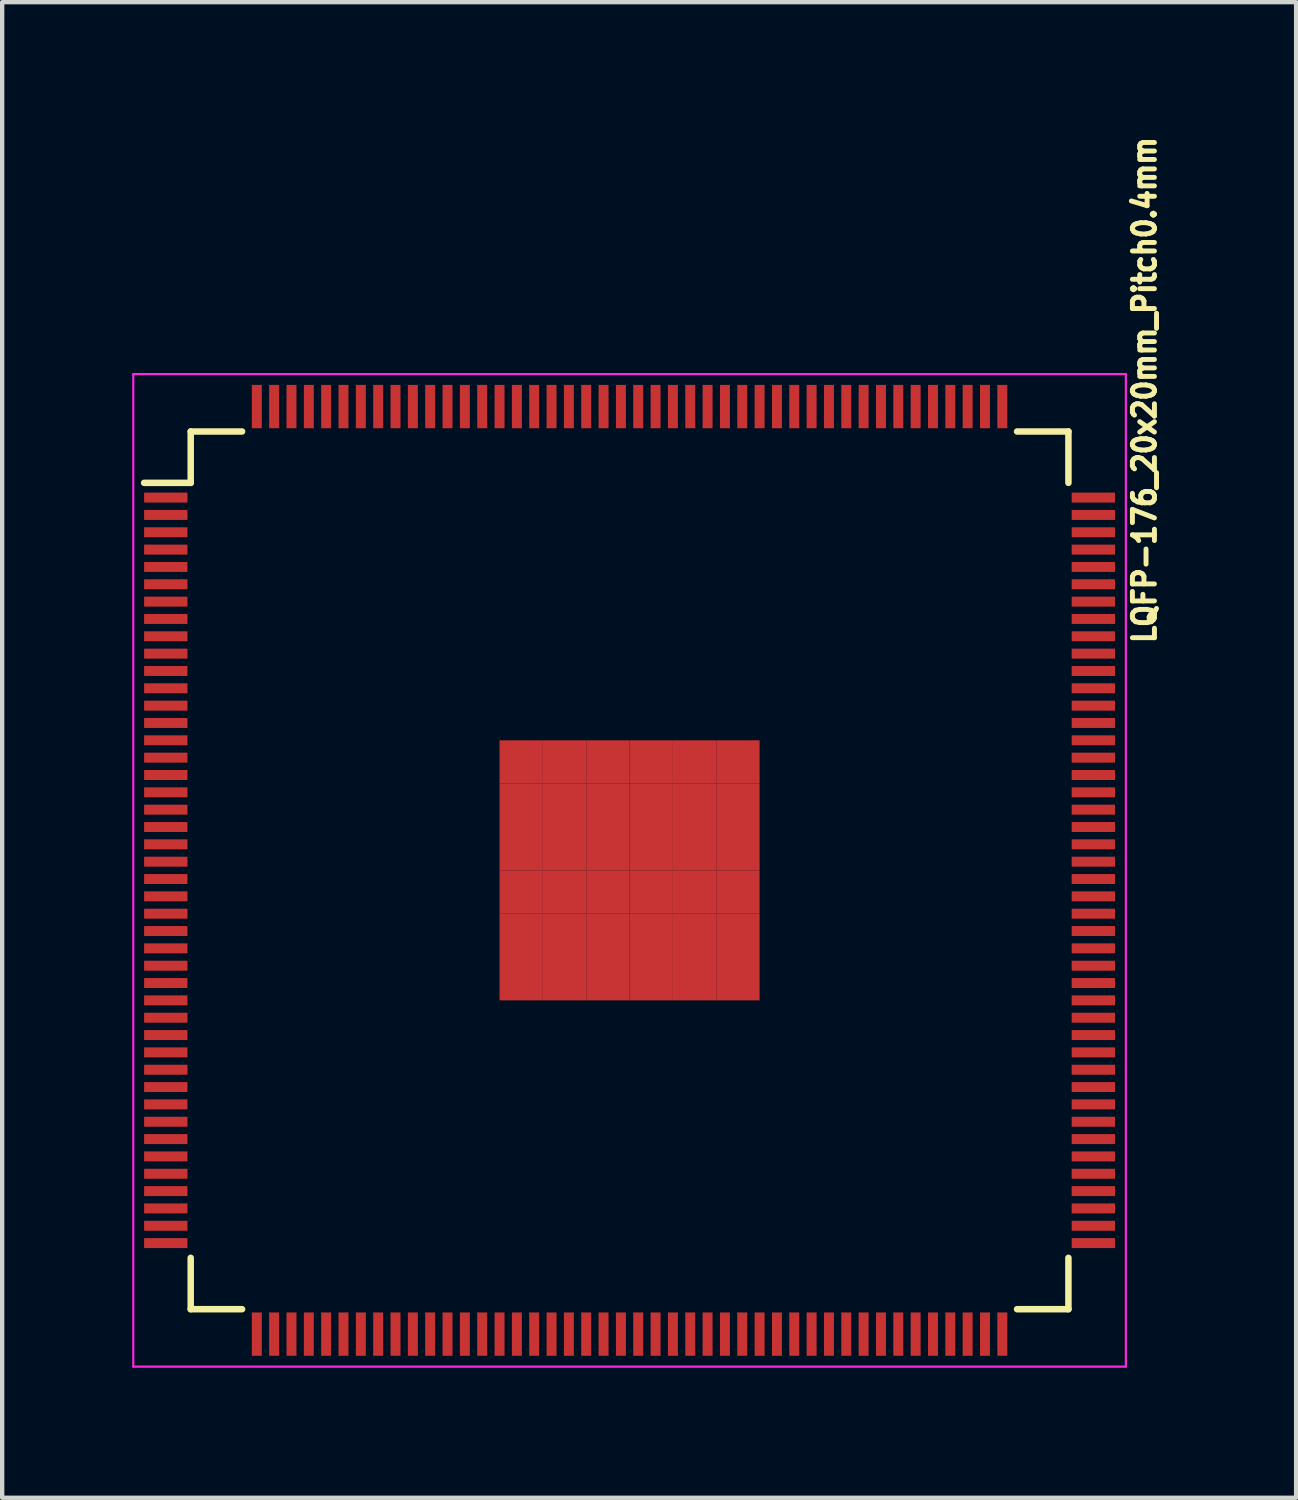
<source format=kicad_pcb>
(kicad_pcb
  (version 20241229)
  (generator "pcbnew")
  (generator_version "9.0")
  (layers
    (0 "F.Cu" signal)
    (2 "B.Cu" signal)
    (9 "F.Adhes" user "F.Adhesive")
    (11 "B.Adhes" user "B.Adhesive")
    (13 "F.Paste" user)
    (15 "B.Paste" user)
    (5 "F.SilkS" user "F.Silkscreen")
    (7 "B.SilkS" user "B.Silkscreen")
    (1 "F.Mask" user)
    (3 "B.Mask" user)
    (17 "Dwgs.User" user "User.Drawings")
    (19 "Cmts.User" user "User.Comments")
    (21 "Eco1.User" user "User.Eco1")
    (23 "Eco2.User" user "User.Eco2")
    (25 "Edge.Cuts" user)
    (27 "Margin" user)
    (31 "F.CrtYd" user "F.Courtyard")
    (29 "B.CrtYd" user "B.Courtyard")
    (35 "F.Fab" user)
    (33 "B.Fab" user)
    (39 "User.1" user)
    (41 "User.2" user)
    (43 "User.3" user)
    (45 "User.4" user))
  (footprint "LQFP-176_20x20mm_Pitch0.4mm"
    (placed yes)
    (layer "F.Cu")
    (at 11.475 17.03)
    (property "Reference" "LQFP-176_20x20mm_Pitch0.4mm" (at 11.88 -11.08 90) (layer "F.SilkS") (effects (font (size 0.508 0.457) (thickness 0.114))))
    (attr smd)
    (fp_line (start -10.125 -10.125) (end -10.125 -8.94) (stroke (width 0.15) (type solid)) (layer "F.SilkS"))
    (fp_line (start -10.125 -10.125) (end -8.94 -10.125) (stroke (width 0.15) (type solid)) (layer "F.SilkS"))
    (fp_line (start -10.125 -8.94) (end -11.2 -8.94) (stroke (width 0.15) (type solid)) (layer "F.SilkS"))
    (fp_line (start -10.125 10.125) (end -10.125 8.94) (stroke (width 0.15) (type solid)) (layer "F.SilkS"))
    (fp_line (start -10.125 10.125) (end -8.94 10.125) (stroke (width 0.15) (type solid)) (layer "F.SilkS"))
    (fp_line (start 10.125 -10.125) (end 8.94 -10.125) (stroke (width 0.15) (type solid)) (layer "F.SilkS"))
    (fp_line (start 10.125 -10.125) (end 10.125 -8.94) (stroke (width 0.15) (type solid)) (layer "F.SilkS"))
    (fp_line (start 10.125 10.125) (end 8.94 10.125) (stroke (width 0.15) (type solid)) (layer "F.SilkS"))
    (fp_line (start 10.125 10.125) (end 10.125 8.94) (stroke (width 0.15) (type solid)) (layer "F.SilkS"))
    (fp_line (start -11.45 -11.45) (end -11.45 11.45) (stroke (width 0.05) (type solid)) (layer "F.CrtYd"))
    (fp_line (start -11.45 -11.45) (end 11.45 -11.45) (stroke (width 0.05) (type solid)) (layer "F.CrtYd"))
    (fp_line (start -11.45 11.45) (end 11.45 11.45) (stroke (width 0.05) (type solid)) (layer "F.CrtYd"))
    (fp_line (start 11.45 -11.45) (end 11.45 11.45) (stroke (width 0.05) (type solid)) (layer "F.CrtYd"))
    (pad "1" smd rect (at -10.7 -8.6) (size 1 0.23) (layers "F.Cu" "F.Mask" "F.Paste"))
    (pad "2" smd rect (at -10.7 -8.2) (size 1 0.23) (layers "F.Cu" "F.Mask" "F.Paste"))
    (pad "3" smd rect (at -10.7 -7.8) (size 1 0.23) (layers "F.Cu" "F.Mask" "F.Paste"))
    (pad "4" smd rect (at -10.7 -7.4) (size 1 0.23) (layers "F.Cu" "F.Mask" "F.Paste"))
    (pad "5" smd rect (at -10.7 -7) (size 1 0.23) (layers "F.Cu" "F.Mask" "F.Paste"))
    (pad "6" smd rect (at -10.7 -6.6) (size 1 0.23) (layers "F.Cu" "F.Mask" "F.Paste"))
    (pad "7" smd rect (at -10.7 -6.2) (size 1 0.23) (layers "F.Cu" "F.Mask" "F.Paste"))
    (pad "8" smd rect (at -10.7 -5.8) (size 1 0.23) (layers "F.Cu" "F.Mask" "F.Paste"))
    (pad "9" smd rect (at -10.7 -5.4) (size 1 0.23) (layers "F.Cu" "F.Mask" "F.Paste"))
    (pad "10" smd rect (at -10.7 -5) (size 1 0.23) (layers "F.Cu" "F.Mask" "F.Paste"))
    (pad "11" smd rect (at -10.7 -4.6) (size 1 0.23) (layers "F.Cu" "F.Mask" "F.Paste"))
    (pad "12" smd rect (at -10.7 -4.2) (size 1 0.23) (layers "F.Cu" "F.Mask" "F.Paste"))
    (pad "13" smd rect (at -10.7 -3.8) (size 1 0.23) (layers "F.Cu" "F.Mask" "F.Paste"))
    (pad "14" smd rect (at -10.7 -3.4) (size 1 0.23) (layers "F.Cu" "F.Mask" "F.Paste"))
    (pad "15" smd rect (at -10.7 -3) (size 1 0.23) (layers "F.Cu" "F.Mask" "F.Paste"))
    (pad "16" smd rect (at -10.7 -2.6) (size 1 0.23) (layers "F.Cu" "F.Mask" "F.Paste"))
    (pad "17" smd rect (at -10.7 -2.2) (size 1 0.23) (layers "F.Cu" "F.Mask" "F.Paste"))
    (pad "18" smd rect (at -10.7 -1.8) (size 1 0.23) (layers "F.Cu" "F.Mask" "F.Paste"))
    (pad "19" smd rect (at -10.7 -1.4) (size 1 0.23) (layers "F.Cu" "F.Mask" "F.Paste"))
    (pad "20" smd rect (at -10.7 -1) (size 1 0.23) (layers "F.Cu" "F.Mask" "F.Paste"))
    (pad "21" smd rect (at -10.7 -0.6) (size 1 0.23) (layers "F.Cu" "F.Mask" "F.Paste"))
    (pad "22" smd rect (at -10.7 -0.2) (size 1 0.23) (layers "F.Cu" "F.Mask" "F.Paste"))
    (pad "23" smd rect (at -10.7 0.2) (size 1 0.23) (layers "F.Cu" "F.Mask" "F.Paste"))
    (pad "24" smd rect (at -10.7 0.6) (size 1 0.23) (layers "F.Cu" "F.Mask" "F.Paste"))
    (pad "25" smd rect (at -10.7 1) (size 1 0.23) (layers "F.Cu" "F.Mask" "F.Paste"))
    (pad "26" smd rect (at -10.7 1.4) (size 1 0.23) (layers "F.Cu" "F.Mask" "F.Paste"))
    (pad "27" smd rect (at -10.7 1.8) (size 1 0.23) (layers "F.Cu" "F.Mask" "F.Paste"))
    (pad "28" smd rect (at -10.7 2.2) (size 1 0.23) (layers "F.Cu" "F.Mask" "F.Paste"))
    (pad "29" smd rect (at -10.7 2.6) (size 1 0.23) (layers "F.Cu" "F.Mask" "F.Paste"))
    (pad "30" smd rect (at -10.7 3) (size 1 0.23) (layers "F.Cu" "F.Mask" "F.Paste"))
    (pad "31" smd rect (at -10.7 3.4) (size 1 0.23) (layers "F.Cu" "F.Mask" "F.Paste"))
    (pad "32" smd rect (at -10.7 3.8) (size 1 0.23) (layers "F.Cu" "F.Mask" "F.Paste"))
    (pad "33" smd rect (at -10.7 4.2) (size 1 0.23) (layers "F.Cu" "F.Mask" "F.Paste"))
    (pad "34" smd rect (at -10.7 4.6) (size 1 0.23) (layers "F.Cu" "F.Mask" "F.Paste"))
    (pad "35" smd rect (at -10.7 5) (size 1 0.23) (layers "F.Cu" "F.Mask" "F.Paste"))
    (pad "36" smd rect (at -10.7 5.4) (size 1 0.23) (layers "F.Cu" "F.Mask" "F.Paste"))
    (pad "37" smd rect (at -10.7 5.8) (size 1 0.23) (layers "F.Cu" "F.Mask" "F.Paste"))
    (pad "38" smd rect (at -10.7 6.2) (size 1 0.23) (layers "F.Cu" "F.Mask" "F.Paste"))
    (pad "39" smd rect (at -10.7 6.6) (size 1 0.23) (layers "F.Cu" "F.Mask" "F.Paste"))
    (pad "40" smd rect (at -10.7 7) (size 1 0.23) (layers "F.Cu" "F.Mask" "F.Paste"))
    (pad "41" smd rect (at -10.7 7.4) (size 1 0.23) (layers "F.Cu" "F.Mask" "F.Paste"))
    (pad "42" smd rect (at -10.7 7.8) (size 1 0.23) (layers "F.Cu" "F.Mask" "F.Paste"))
    (pad "43" smd rect (at -10.7 8.2) (size 1 0.23) (layers "F.Cu" "F.Mask" "F.Paste"))
    (pad "44" smd rect (at -10.7 8.6) (size 1 0.23) (layers "F.Cu" "F.Mask" "F.Paste"))
    (pad "45" smd rect (at -8.6 10.7 90) (size 1 0.23) (layers "F.Cu" "F.Mask" "F.Paste"))
    (pad "46" smd rect (at -8.2 10.7 90) (size 1 0.23) (layers "F.Cu" "F.Mask" "F.Paste"))
    (pad "47" smd rect (at -7.8 10.7 90) (size 1 0.23) (layers "F.Cu" "F.Mask" "F.Paste"))
    (pad "48" smd rect (at -7.4 10.7 90) (size 1 0.23) (layers "F.Cu" "F.Mask" "F.Paste"))
    (pad "49" smd rect (at -7 10.7 90) (size 1 0.23) (layers "F.Cu" "F.Mask" "F.Paste"))
    (pad "50" smd rect (at -6.6 10.7 90) (size 1 0.23) (layers "F.Cu" "F.Mask" "F.Paste"))
    (pad "51" smd rect (at -6.2 10.7 90) (size 1 0.23) (layers "F.Cu" "F.Mask" "F.Paste"))
    (pad "52" smd rect (at -5.8 10.7 90) (size 1 0.23) (layers "F.Cu" "F.Mask" "F.Paste"))
    (pad "53" smd rect (at -5.4 10.7 90) (size 1 0.23) (layers "F.Cu" "F.Mask" "F.Paste"))
    (pad "54" smd rect (at -5 10.7 90) (size 1 0.23) (layers "F.Cu" "F.Mask" "F.Paste"))
    (pad "55" smd rect (at -4.6 10.7 90) (size 1 0.23) (layers "F.Cu" "F.Mask" "F.Paste"))
    (pad "56" smd rect (at -4.2 10.7 90) (size 1 0.23) (layers "F.Cu" "F.Mask" "F.Paste"))
    (pad "57" smd rect (at -3.8 10.7 90) (size 1 0.23) (layers "F.Cu" "F.Mask" "F.Paste"))
    (pad "58" smd rect (at -3.4 10.7 90) (size 1 0.23) (layers "F.Cu" "F.Mask" "F.Paste"))
    (pad "59" smd rect (at -3 10.7 90) (size 1 0.23) (layers "F.Cu" "F.Mask" "F.Paste"))
    (pad "60" smd rect (at -2.6 10.7 90) (size 1 0.23) (layers "F.Cu" "F.Mask" "F.Paste"))
    (pad "61" smd rect (at -2.2 10.7 90) (size 1 0.23) (layers "F.Cu" "F.Mask" "F.Paste"))
    (pad "62" smd rect (at -1.8 10.7 90) (size 1 0.23) (layers "F.Cu" "F.Mask" "F.Paste"))
    (pad "63" smd rect (at -1.4 10.7 90) (size 1 0.23) (layers "F.Cu" "F.Mask" "F.Paste"))
    (pad "64" smd rect (at -1 10.7 90) (size 1 0.23) (layers "F.Cu" "F.Mask" "F.Paste"))
    (pad "65" smd rect (at -0.6 10.7 90) (size 1 0.23) (layers "F.Cu" "F.Mask" "F.Paste"))
    (pad "66" smd rect (at -0.2 10.7 90) (size 1 0.23) (layers "F.Cu" "F.Mask" "F.Paste"))
    (pad "67" smd rect (at 0.2 10.7 90) (size 1 0.23) (layers "F.Cu" "F.Mask" "F.Paste"))
    (pad "68" smd rect (at 0.6 10.7 90) (size 1 0.23) (layers "F.Cu" "F.Mask" "F.Paste"))
    (pad "69" smd rect (at 1 10.7 90) (size 1 0.23) (layers "F.Cu" "F.Mask" "F.Paste"))
    (pad "70" smd rect (at 1.4 10.7 90) (size 1 0.23) (layers "F.Cu" "F.Mask" "F.Paste"))
    (pad "71" smd rect (at 1.8 10.7 90) (size 1 0.23) (layers "F.Cu" "F.Mask" "F.Paste"))
    (pad "72" smd rect (at 2.2 10.7 90) (size 1 0.23) (layers "F.Cu" "F.Mask" "F.Paste"))
    (pad "73" smd rect (at 2.6 10.7 90) (size 1 0.23) (layers "F.Cu" "F.Mask" "F.Paste"))
    (pad "74" smd rect (at 3 10.7 90) (size 1 0.23) (layers "F.Cu" "F.Mask" "F.Paste"))
    (pad "75" smd rect (at 3.4 10.7 90) (size 1 0.23) (layers "F.Cu" "F.Mask" "F.Paste"))
    (pad "76" smd rect (at 3.8 10.7 90) (size 1 0.23) (layers "F.Cu" "F.Mask" "F.Paste"))
    (pad "77" smd rect (at 4.2 10.7 90) (size 1 0.23) (layers "F.Cu" "F.Mask" "F.Paste"))
    (pad "78" smd rect (at 4.6 10.7 90) (size 1 0.23) (layers "F.Cu" "F.Mask" "F.Paste"))
    (pad "79" smd rect (at 5 10.7 90) (size 1 0.23) (layers "F.Cu" "F.Mask" "F.Paste"))
    (pad "80" smd rect (at 5.4 10.7 90) (size 1 0.23) (layers "F.Cu" "F.Mask" "F.Paste"))
    (pad "81" smd rect (at 5.8 10.7 90) (size 1 0.23) (layers "F.Cu" "F.Mask" "F.Paste"))
    (pad "82" smd rect (at 6.2 10.7 90) (size 1 0.23) (layers "F.Cu" "F.Mask" "F.Paste"))
    (pad "83" smd rect (at 6.6 10.7 90) (size 1 0.23) (layers "F.Cu" "F.Mask" "F.Paste"))
    (pad "84" smd rect (at 7 10.7 90) (size 1 0.23) (layers "F.Cu" "F.Mask" "F.Paste"))
    (pad "85" smd rect (at 7.4 10.7 90) (size 1 0.23) (layers "F.Cu" "F.Mask" "F.Paste"))
    (pad "86" smd rect (at 7.8 10.7 90) (size 1 0.23) (layers "F.Cu" "F.Mask" "F.Paste"))
    (pad "87" smd rect (at 8.2 10.7 90) (size 1 0.23) (layers "F.Cu" "F.Mask" "F.Paste"))
    (pad "88" smd rect (at 8.6 10.7 90) (size 1 0.23) (layers "F.Cu" "F.Mask" "F.Paste"))
    (pad "89" smd rect (at 10.7 8.6) (size 1 0.23) (layers "F.Cu" "F.Mask" "F.Paste"))
    (pad "90" smd rect (at 10.7 8.2) (size 1 0.23) (layers "F.Cu" "F.Mask" "F.Paste"))
    (pad "91" smd rect (at 10.7 7.8) (size 1 0.23) (layers "F.Cu" "F.Mask" "F.Paste"))
    (pad "92" smd rect (at 10.7 7.4) (size 1 0.23) (layers "F.Cu" "F.Mask" "F.Paste"))
    (pad "93" smd rect (at 10.7 7) (size 1 0.23) (layers "F.Cu" "F.Mask" "F.Paste"))
    (pad "94" smd rect (at 10.7 6.6) (size 1 0.23) (layers "F.Cu" "F.Mask" "F.Paste"))
    (pad "95" smd rect (at 10.7 6.2) (size 1 0.23) (layers "F.Cu" "F.Mask" "F.Paste"))
    (pad "96" smd rect (at 10.7 5.8) (size 1 0.23) (layers "F.Cu" "F.Mask" "F.Paste"))
    (pad "97" smd rect (at 10.7 5.4) (size 1 0.23) (layers "F.Cu" "F.Mask" "F.Paste"))
    (pad "98" smd rect (at 10.7 5) (size 1 0.23) (layers "F.Cu" "F.Mask" "F.Paste"))
    (pad "99" smd rect (at 10.7 4.6) (size 1 0.23) (layers "F.Cu" "F.Mask" "F.Paste"))
    (pad "100" smd rect (at 10.7 4.2) (size 1 0.23) (layers "F.Cu" "F.Mask" "F.Paste"))
    (pad "101" smd rect (at 10.7 3.8) (size 1 0.23) (layers "F.Cu" "F.Mask" "F.Paste"))
    (pad "102" smd rect (at 10.7 3.4) (size 1 0.23) (layers "F.Cu" "F.Mask" "F.Paste"))
    (pad "103" smd rect (at 10.7 3) (size 1 0.23) (layers "F.Cu" "F.Mask" "F.Paste"))
    (pad "104" smd rect (at 10.7 2.6) (size 1 0.23) (layers "F.Cu" "F.Mask" "F.Paste"))
    (pad "105" smd rect (at 10.7 2.2) (size 1 0.23) (layers "F.Cu" "F.Mask" "F.Paste"))
    (pad "106" smd rect (at 10.7 1.8) (size 1 0.23) (layers "F.Cu" "F.Mask" "F.Paste"))
    (pad "107" smd rect (at 10.7 1.4) (size 1 0.23) (layers "F.Cu" "F.Mask" "F.Paste"))
    (pad "108" smd rect (at 10.7 1) (size 1 0.23) (layers "F.Cu" "F.Mask" "F.Paste"))
    (pad "109" smd rect (at 10.7 0.6) (size 1 0.23) (layers "F.Cu" "F.Mask" "F.Paste"))
    (pad "110" smd rect (at 10.7 0.2) (size 1 0.23) (layers "F.Cu" "F.Mask" "F.Paste"))
    (pad "111" smd rect (at 10.7 -0.2) (size 1 0.23) (layers "F.Cu" "F.Mask" "F.Paste"))
    (pad "112" smd rect (at 10.7 -0.6) (size 1 0.23) (layers "F.Cu" "F.Mask" "F.Paste"))
    (pad "113" smd rect (at 10.7 -1) (size 1 0.23) (layers "F.Cu" "F.Mask" "F.Paste"))
    (pad "114" smd rect (at 10.7 -1.4) (size 1 0.23) (layers "F.Cu" "F.Mask" "F.Paste"))
    (pad "115" smd rect (at 10.7 -1.8) (size 1 0.23) (layers "F.Cu" "F.Mask" "F.Paste"))
    (pad "116" smd rect (at 10.7 -2.2) (size 1 0.23) (layers "F.Cu" "F.Mask" "F.Paste"))
    (pad "117" smd rect (at 10.7 -2.6) (size 1 0.23) (layers "F.Cu" "F.Mask" "F.Paste"))
    (pad "118" smd rect (at 10.7 -3) (size 1 0.23) (layers "F.Cu" "F.Mask" "F.Paste"))
    (pad "119" smd rect (at 10.7 -3.4) (size 1 0.23) (layers "F.Cu" "F.Mask" "F.Paste"))
    (pad "120" smd rect (at 10.7 -3.8) (size 1 0.23) (layers "F.Cu" "F.Mask" "F.Paste"))
    (pad "121" smd rect (at 10.7 -4.2) (size 1 0.23) (layers "F.Cu" "F.Mask" "F.Paste"))
    (pad "122" smd rect (at 10.7 -4.6) (size 1 0.23) (layers "F.Cu" "F.Mask" "F.Paste"))
    (pad "123" smd rect (at 10.7 -5) (size 1 0.23) (layers "F.Cu" "F.Mask" "F.Paste"))
    (pad "124" smd rect (at 10.7 -5.4) (size 1 0.23) (layers "F.Cu" "F.Mask" "F.Paste"))
    (pad "125" smd rect (at 10.7 -5.8) (size 1 0.23) (layers "F.Cu" "F.Mask" "F.Paste"))
    (pad "126" smd rect (at 10.7 -6.2) (size 1 0.23) (layers "F.Cu" "F.Mask" "F.Paste"))
    (pad "127" smd rect (at 10.7 -6.6) (size 1 0.23) (layers "F.Cu" "F.Mask" "F.Paste"))
    (pad "128" smd rect (at 10.7 -7) (size 1 0.23) (layers "F.Cu" "F.Mask" "F.Paste"))
    (pad "129" smd rect (at 10.7 -7.4) (size 1 0.23) (layers "F.Cu" "F.Mask" "F.Paste"))
    (pad "130" smd rect (at 10.7 -7.8) (size 1 0.23) (layers "F.Cu" "F.Mask" "F.Paste"))
    (pad "131" smd rect (at 10.7 -8.2) (size 1 0.23) (layers "F.Cu" "F.Mask" "F.Paste"))
    (pad "132" smd rect (at 10.7 -8.6) (size 1 0.23) (layers "F.Cu" "F.Mask" "F.Paste"))
    (pad "133" smd rect (at 8.6 -10.7 90) (size 1 0.23) (layers "F.Cu" "F.Mask" "F.Paste"))
    (pad "134" smd rect (at 8.2 -10.7 90) (size 1 0.23) (layers "F.Cu" "F.Mask" "F.Paste"))
    (pad "135" smd rect (at 7.8 -10.7 90) (size 1 0.23) (layers "F.Cu" "F.Mask" "F.Paste"))
    (pad "136" smd rect (at 7.4 -10.7 90) (size 1 0.23) (layers "F.Cu" "F.Mask" "F.Paste"))
    (pad "137" smd rect (at 7 -10.7 90) (size 1 0.23) (layers "F.Cu" "F.Mask" "F.Paste"))
    (pad "138" smd rect (at 6.6 -10.7 90) (size 1 0.23) (layers "F.Cu" "F.Mask" "F.Paste"))
    (pad "139" smd rect (at 6.2 -10.7 90) (size 1 0.23) (layers "F.Cu" "F.Mask" "F.Paste"))
    (pad "140" smd rect (at 5.8 -10.7 90) (size 1 0.23) (layers "F.Cu" "F.Mask" "F.Paste"))
    (pad "141" smd rect (at 5.4 -10.7 90) (size 1 0.23) (layers "F.Cu" "F.Mask" "F.Paste"))
    (pad "142" smd rect (at 5 -10.7 90) (size 1 0.23) (layers "F.Cu" "F.Mask" "F.Paste"))
    (pad "143" smd rect (at 4.6 -10.7 90) (size 1 0.23) (layers "F.Cu" "F.Mask" "F.Paste"))
    (pad "144" smd rect (at 4.2 -10.7 90) (size 1 0.23) (layers "F.Cu" "F.Mask" "F.Paste"))
    (pad "145" smd rect (at 3.8 -10.7 90) (size 1 0.23) (layers "F.Cu" "F.Mask" "F.Paste"))
    (pad "146" smd rect (at 3.4 -10.7 90) (size 1 0.23) (layers "F.Cu" "F.Mask" "F.Paste"))
    (pad "147" smd rect (at 3 -10.7 90) (size 1 0.23) (layers "F.Cu" "F.Mask" "F.Paste"))
    (pad "148" smd rect (at 2.6 -10.7 90) (size 1 0.23) (layers "F.Cu" "F.Mask" "F.Paste"))
    (pad "149" smd rect (at 2.2 -10.7 90) (size 1 0.23) (layers "F.Cu" "F.Mask" "F.Paste"))
    (pad "150" smd rect (at 1.8 -10.7 90) (size 1 0.23) (layers "F.Cu" "F.Mask" "F.Paste"))
    (pad "151" smd rect (at 1.4 -10.7 90) (size 1 0.23) (layers "F.Cu" "F.Mask" "F.Paste"))
    (pad "152" smd rect (at 1 -10.7 90) (size 1 0.23) (layers "F.Cu" "F.Mask" "F.Paste"))
    (pad "153" smd rect (at 0.6 -10.7 90) (size 1 0.23) (layers "F.Cu" "F.Mask" "F.Paste"))
    (pad "154" smd rect (at 0.2 -10.7 90) (size 1 0.23) (layers "F.Cu" "F.Mask" "F.Paste"))
    (pad "155" smd rect (at -0.2 -10.7 90) (size 1 0.23) (layers "F.Cu" "F.Mask" "F.Paste"))
    (pad "156" smd rect (at -0.6 -10.7 90) (size 1 0.23) (layers "F.Cu" "F.Mask" "F.Paste"))
    (pad "157" smd rect (at -1 -10.7 90) (size 1 0.23) (layers "F.Cu" "F.Mask" "F.Paste"))
    (pad "158" smd rect (at -1.4 -10.7 90) (size 1 0.23) (layers "F.Cu" "F.Mask" "F.Paste"))
    (pad "159" smd rect (at -1.8 -10.7 90) (size 1 0.23) (layers "F.Cu" "F.Mask" "F.Paste"))
    (pad "160" smd rect (at -2.2 -10.7 90) (size 1 0.23) (layers "F.Cu" "F.Mask" "F.Paste"))
    (pad "161" smd rect (at -2.6 -10.7 90) (size 1 0.23) (layers "F.Cu" "F.Mask" "F.Paste"))
    (pad "162" smd rect (at -3 -10.7 90) (size 1 0.23) (layers "F.Cu" "F.Mask" "F.Paste"))
    (pad "163" smd rect (at -3.4 -10.7 90) (size 1 0.23) (layers "F.Cu" "F.Mask" "F.Paste"))
    (pad "164" smd rect (at -3.8 -10.7 90) (size 1 0.23) (layers "F.Cu" "F.Mask" "F.Paste"))
    (pad "165" smd rect (at -4.2 -10.7 90) (size 1 0.23) (layers "F.Cu" "F.Mask" "F.Paste"))
    (pad "166" smd rect (at -4.6 -10.7 90) (size 1 0.23) (layers "F.Cu" "F.Mask" "F.Paste"))
    (pad "167" smd rect (at -5 -10.7 90) (size 1 0.23) (layers "F.Cu" "F.Mask" "F.Paste"))
    (pad "168" smd rect (at -5.4 -10.7 90) (size 1 0.23) (layers "F.Cu" "F.Mask" "F.Paste"))
    (pad "169" smd rect (at -5.8 -10.7 90) (size 1 0.23) (layers "F.Cu" "F.Mask" "F.Paste"))
    (pad "170" smd rect (at -6.2 -10.7 90) (size 1 0.23) (layers "F.Cu" "F.Mask" "F.Paste"))
    (pad "171" smd rect (at -6.6 -10.7 90) (size 1 0.23) (layers "F.Cu" "F.Mask" "F.Paste"))
    (pad "172" smd rect (at -7 -10.7 90) (size 1 0.23) (layers "F.Cu" "F.Mask" "F.Paste"))
    (pad "173" smd rect (at -7.4 -10.7 90) (size 1 0.23) (layers "F.Cu" "F.Mask" "F.Paste"))
    (pad "174" smd rect (at -7.8 -10.7 90) (size 1 0.23) (layers "F.Cu" "F.Mask" "F.Paste"))
    (pad "175" smd rect (at -8.2 -10.7 90) (size 1 0.23) (layers "F.Cu" "F.Mask" "F.Paste"))
    (pad "176" smd rect (at -8.6 -10.7 90) (size 1 0.23) (layers "F.Cu" "F.Mask" "F.Paste"))
    (pad "177" smd trapezoid (at -2.5 -2.5) (size 1 1) (layers "F.Cu" "F.Mask" "F.Paste"))
    (pad "177" smd trapezoid (at -2.5 -1.5) (size 1 1) (layers "F.Cu" "F.Mask" "F.Paste"))
    (pad "177" smd trapezoid (at -2.5 -0.5) (size 1 1) (layers "F.Cu" "F.Mask" "F.Paste"))
    (pad "177" smd trapezoid (at -2.5 0.5) (size 1 1) (layers "F.Cu" "F.Mask" "F.Paste"))
    (pad "177" smd trapezoid (at -2.5 1.5) (size 1 1) (layers "F.Cu" "F.Mask" "F.Paste"))
    (pad "177" smd trapezoid (at -2.5 2.5) (size 1 1) (layers "F.Cu" "F.Mask" "F.Paste"))
    (pad "177" smd trapezoid (at -1.5 -2.5) (size 1 1) (layers "F.Cu" "F.Mask" "F.Paste"))
    (pad "177" smd trapezoid (at -1.5 -1.5) (size 1 1) (layers "F.Cu" "F.Mask" "F.Paste"))
    (pad "177" smd trapezoid (at -1.5 -0.5) (size 1 1) (layers "F.Cu" "F.Mask" "F.Paste"))
    (pad "177" smd trapezoid (at -1.5 0.5) (size 1 1) (layers "F.Cu" "F.Mask" "F.Paste"))
    (pad "177" smd trapezoid (at -1.5 1.5) (size 1 1) (layers "F.Cu" "F.Mask" "F.Paste"))
    (pad "177" smd trapezoid (at -1.5 2.5) (size 1 1) (layers "F.Cu" "F.Mask" "F.Paste"))
    (pad "177" smd trapezoid (at -0.5 -2.5) (size 1 1) (layers "F.Cu" "F.Mask" "F.Paste"))
    (pad "177" smd trapezoid (at -0.5 -1.5) (size 1 1) (layers "F.Cu" "F.Mask" "F.Paste"))
    (pad "177" smd trapezoid (at -0.5 -0.5) (size 1 1) (layers "F.Cu" "F.Mask" "F.Paste"))
    (pad "177" smd trapezoid (at -0.5 0.5) (size 1 1) (layers "F.Cu" "F.Mask" "F.Paste"))
    (pad "177" smd trapezoid (at -0.5 1.5) (size 1 1) (layers "F.Cu" "F.Mask" "F.Paste"))
    (pad "177" smd trapezoid (at -0.5 2.5) (size 1 1) (layers "F.Cu" "F.Mask" "F.Paste"))
    (pad "177" smd trapezoid (at 0.5 -2.5) (size 1 1) (layers "F.Cu" "F.Mask" "F.Paste"))
    (pad "177" smd trapezoid (at 0.5 -1.5) (size 1 1) (layers "F.Cu" "F.Mask" "F.Paste"))
    (pad "177" smd trapezoid (at 0.5 -0.5) (size 1 1) (layers "F.Cu" "F.Mask" "F.Paste"))
    (pad "177" smd trapezoid (at 0.5 0.5) (size 1 1) (layers "F.Cu" "F.Mask" "F.Paste"))
    (pad "177" smd trapezoid (at 0.5 1.5) (size 1 1) (layers "F.Cu" "F.Mask" "F.Paste"))
    (pad "177" smd trapezoid (at 0.5 2.5) (size 1 1) (layers "F.Cu" "F.Mask" "F.Paste"))
    (pad "177" smd trapezoid (at 1.5 -2.5) (size 1 1) (layers "F.Cu" "F.Mask" "F.Paste"))
    (pad "177" smd trapezoid (at 1.5 -1.5) (size 1 1) (layers "F.Cu" "F.Mask" "F.Paste"))
    (pad "177" smd trapezoid (at 1.5 -0.5) (size 1 1) (layers "F.Cu" "F.Mask" "F.Paste"))
    (pad "177" smd trapezoid (at 1.5 0.5) (size 1 1) (layers "F.Cu" "F.Mask" "F.Paste"))
    (pad "177" smd trapezoid (at 1.5 1.5) (size 1 1) (layers "F.Cu" "F.Mask" "F.Paste"))
    (pad "177" smd trapezoid (at 1.5 2.5) (size 1 1) (layers "F.Cu" "F.Mask" "F.Paste"))
    (pad "177" smd trapezoid (at 2.5 -2.5) (size 1 1) (layers "F.Cu" "F.Mask" "F.Paste"))
    (pad "177" smd trapezoid (at 2.5 -1.5) (size 1 1) (layers "F.Cu" "F.Mask" "F.Paste"))
    (pad "177" smd trapezoid (at 2.5 -0.5) (size 1 1) (layers "F.Cu" "F.Mask" "F.Paste"))
    (pad "177" smd trapezoid (at 2.5 0.5) (size 1 1) (layers "F.Cu" "F.Mask" "F.Paste"))
    (pad "177" smd trapezoid (at 2.5 1.5) (size 1 1) (layers "F.Cu" "F.Mask" "F.Paste"))
    (pad "177" smd trapezoid (at 2.5 2.5) (size 1 1) (layers "F.Cu" "F.Mask" "F.Paste")))
  (gr_rect
    (start -3 -3)
    (end 26.853 31.505)
    (stroke (width 0.1) (type default))
    (fill no)
    (layer "Edge.Cuts")))
</source>
